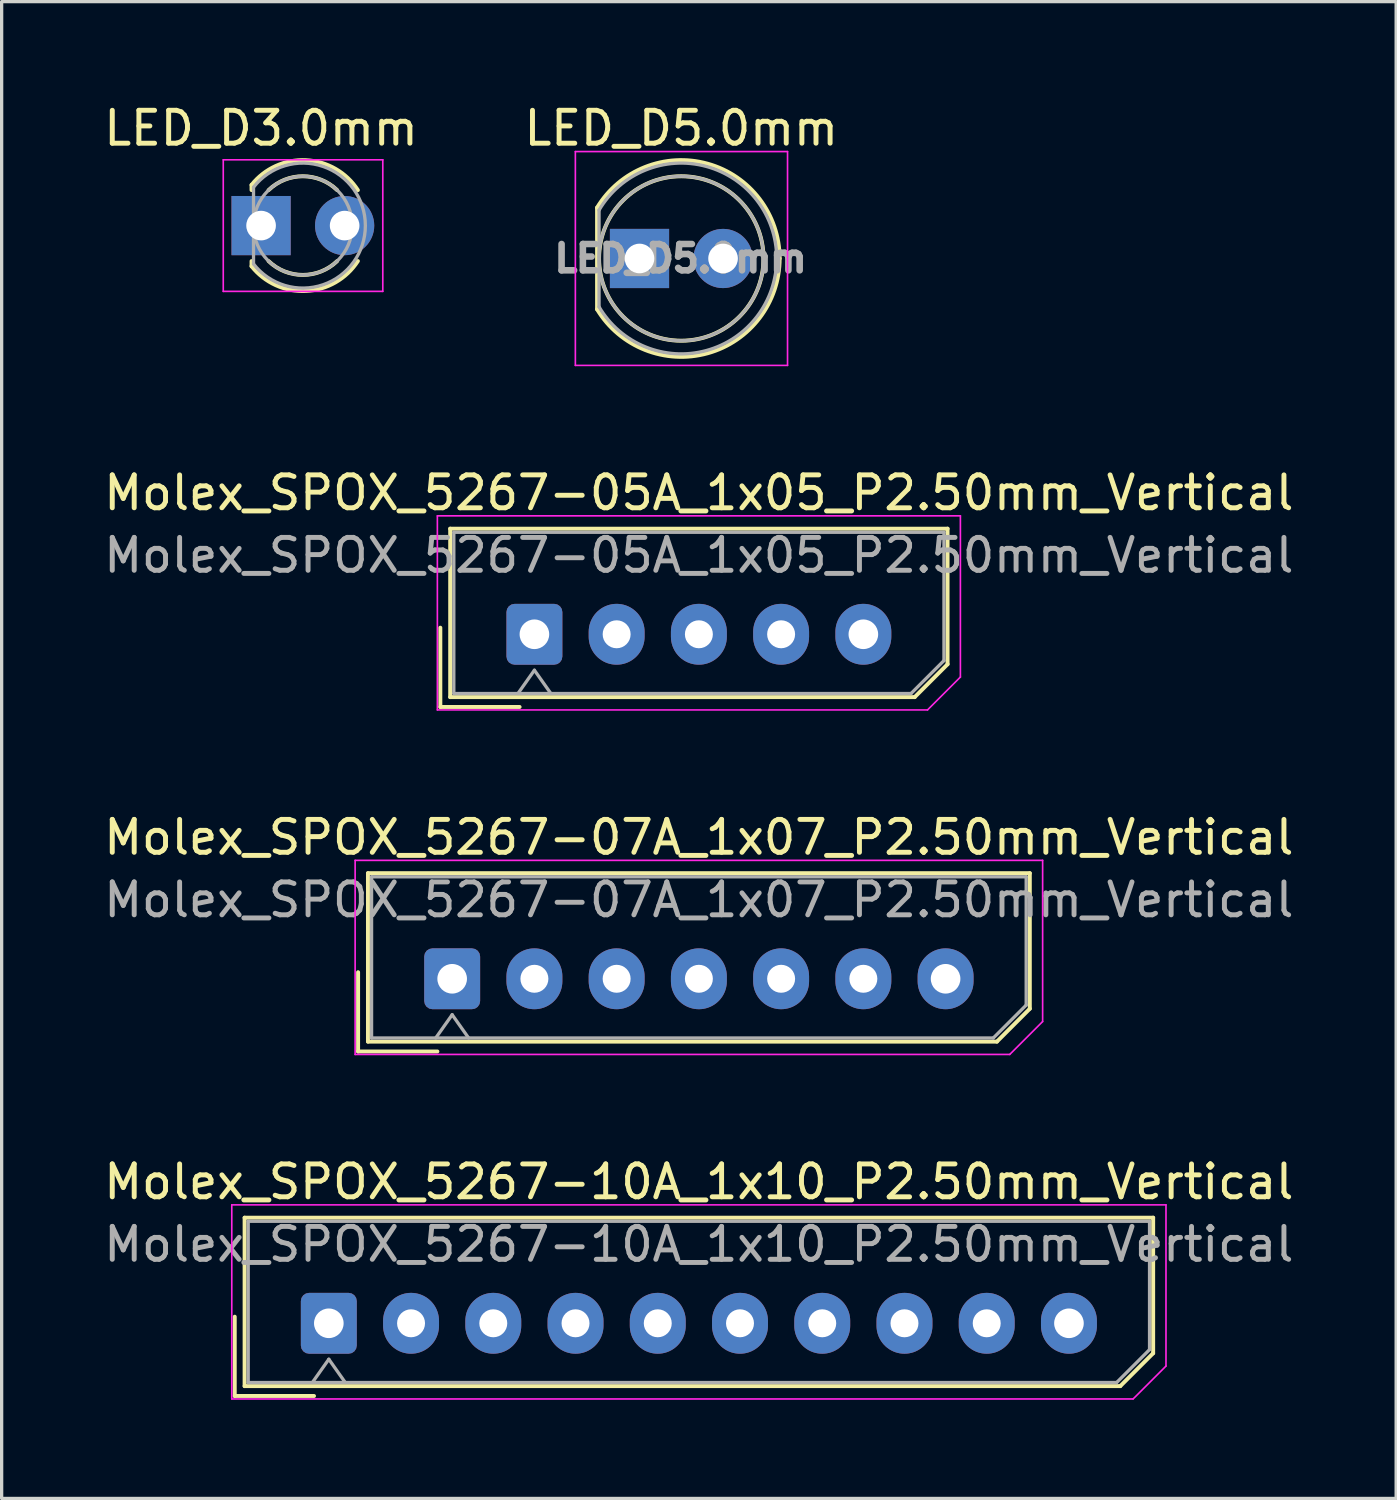
<source format=kicad_pcb>
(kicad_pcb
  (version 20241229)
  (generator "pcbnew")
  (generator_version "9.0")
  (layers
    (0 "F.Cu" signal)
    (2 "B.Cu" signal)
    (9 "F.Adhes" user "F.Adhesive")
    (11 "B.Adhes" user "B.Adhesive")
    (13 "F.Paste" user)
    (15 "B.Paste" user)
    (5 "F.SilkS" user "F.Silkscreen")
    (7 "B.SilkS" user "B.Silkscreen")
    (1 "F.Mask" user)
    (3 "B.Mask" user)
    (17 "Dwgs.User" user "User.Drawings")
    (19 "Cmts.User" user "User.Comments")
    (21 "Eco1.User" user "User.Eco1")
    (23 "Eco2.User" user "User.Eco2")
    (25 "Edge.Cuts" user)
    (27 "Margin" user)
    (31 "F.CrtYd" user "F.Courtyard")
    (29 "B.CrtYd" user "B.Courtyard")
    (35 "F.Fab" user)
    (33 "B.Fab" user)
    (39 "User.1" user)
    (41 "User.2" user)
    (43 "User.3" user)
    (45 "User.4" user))
  (footprint "Molex_SPOX_5267-05A_1x05_P2.50mm_Vertical"
    (layer "F.Cu")
    (at 13.196 16.232)
    (property "Reference" "Molex_SPOX_5267-05A_1x05_P2.50mm_Vertical" (at 5 -4.3 0) (layer "F.SilkS") (effects (font (size 1 1) (thickness 0.15))))
    (attr through_hole)
    (fp_line (start -2.86 -0.2) (end -2.86 2.21) (stroke (width 0.12) (type solid)) (layer "F.SilkS"))
    (fp_line (start -2.86 2.21) (end -0.45 2.21) (stroke (width 0.12) (type solid)) (layer "F.SilkS"))
    (fp_line (start -2.56 -3.21) (end -2.56 1.91) (stroke (width 0.12) (type solid)) (layer "F.SilkS"))
    (fp_line (start -2.56 1.91) (end 11.56 1.91) (stroke (width 0.12) (type solid)) (layer "F.SilkS"))
    (fp_line (start 11.56 1.91) (end 12.56 0.91) (stroke (width 0.12) (type solid)) (layer "F.SilkS"))
    (fp_line (start 12.56 -3.21) (end -2.56 -3.21) (stroke (width 0.12) (type solid)) (layer "F.SilkS"))
    (fp_line (start 12.56 0.91) (end 12.56 -3.21) (stroke (width 0.12) (type solid)) (layer "F.SilkS"))
    (fp_line (start -2.95 -3.6) (end -2.95 2.3) (stroke (width 0.05) (type solid)) (layer "F.CrtYd"))
    (fp_line (start -2.95 2.3) (end 11.95 2.3) (stroke (width 0.05) (type solid)) (layer "F.CrtYd"))
    (fp_line (start 11.95 2.3) (end 12.95 1.3) (stroke (width 0.05) (type solid)) (layer "F.CrtYd"))
    (fp_line (start 12.95 -3.6) (end -2.95 -3.6) (stroke (width 0.05) (type solid)) (layer "F.CrtYd"))
    (fp_line (start 12.95 1.3) (end 12.95 -3.6) (stroke (width 0.05) (type solid)) (layer "F.CrtYd"))
    (fp_line (start -2.45 -3.1) (end -2.45 1.8) (stroke (width 0.1) (type solid)) (layer "F.Fab"))
    (fp_line (start -2.45 1.8) (end 11.45 1.8) (stroke (width 0.1) (type solid)) (layer "F.Fab"))
    (fp_line (start -0.5 1.8) (end 0 1.093) (stroke (width 0.1) (type solid)) (layer "F.Fab"))
    (fp_line (start 0 1.093) (end 0.5 1.8) (stroke (width 0.1) (type solid)) (layer "F.Fab"))
    (fp_line (start 11.45 1.8) (end 12.45 0.8) (stroke (width 0.1) (type solid)) (layer "F.Fab"))
    (fp_line (start 12.45 -3.1) (end -2.45 -3.1) (stroke (width 0.1) (type solid)) (layer "F.Fab"))
    (fp_line (start 12.45 0.8) (end 12.45 -3.1) (stroke (width 0.1) (type solid)) (layer "F.Fab"))
    (fp_text user "${REFERENCE}" (at 5 -2.4 0) (layer "F.Fab") (effects (font (size 1 1) (thickness 0.15))))
    (pad "1" thru_hole roundrect (at 0 0) (size 1.7 1.85) (drill 0.9) (layers "*.Cu" "*.Mask") (roundrect_rratio 0.147))
    (pad "2" thru_hole oval (at 2.5 0) (size 1.7 1.85) (drill 0.85) (layers "*.Cu" "*.Mask"))
    (pad "3" thru_hole oval (at 5 0) (size 1.7 1.85) (drill 0.85) (layers "*.Cu" "*.Mask"))
    (pad "4" thru_hole oval (at 7.5 0) (size 1.7 1.85) (drill 0.85) (layers "*.Cu" "*.Mask"))
    (pad "5" thru_hole oval (at 10 0) (size 1.7 1.85) (drill 0.9) (layers "*.Cu" "*.Mask")))
  (footprint "Molex_SPOX_5267-10A_1x10_P2.50mm_Vertical"
    (layer "F.Cu")
    (at 6.946 37.178)
    (property "Reference" "Molex_SPOX_5267-10A_1x10_P2.50mm_Vertical" (at 11.25 -4.3 0) (layer "F.SilkS") (effects (font (size 1 1) (thickness 0.15))))
    (attr through_hole)
    (fp_line (start -2.86 -0.2) (end -2.86 2.21) (stroke (width 0.12) (type solid)) (layer "F.SilkS"))
    (fp_line (start -2.86 2.21) (end -0.45 2.21) (stroke (width 0.12) (type solid)) (layer "F.SilkS"))
    (fp_line (start -2.56 -3.21) (end -2.56 1.91) (stroke (width 0.12) (type solid)) (layer "F.SilkS"))
    (fp_line (start -2.56 1.91) (end 24.06 1.91) (stroke (width 0.12) (type solid)) (layer "F.SilkS"))
    (fp_line (start 24.06 1.91) (end 25.06 0.91) (stroke (width 0.12) (type solid)) (layer "F.SilkS"))
    (fp_line (start 25.06 -3.21) (end -2.56 -3.21) (stroke (width 0.12) (type solid)) (layer "F.SilkS"))
    (fp_line (start 25.06 0.91) (end 25.06 -3.21) (stroke (width 0.12) (type solid)) (layer "F.SilkS"))
    (fp_line (start -2.95 -3.6) (end -2.95 2.3) (stroke (width 0.05) (type solid)) (layer "F.CrtYd"))
    (fp_line (start -2.95 2.3) (end 24.45 2.3) (stroke (width 0.05) (type solid)) (layer "F.CrtYd"))
    (fp_line (start 24.45 2.3) (end 25.45 1.3) (stroke (width 0.05) (type solid)) (layer "F.CrtYd"))
    (fp_line (start 25.45 -3.6) (end -2.95 -3.6) (stroke (width 0.05) (type solid)) (layer "F.CrtYd"))
    (fp_line (start 25.45 1.3) (end 25.45 -3.6) (stroke (width 0.05) (type solid)) (layer "F.CrtYd"))
    (fp_line (start -2.45 -3.1) (end -2.45 1.8) (stroke (width 0.1) (type solid)) (layer "F.Fab"))
    (fp_line (start -2.45 1.8) (end 23.95 1.8) (stroke (width 0.1) (type solid)) (layer "F.Fab"))
    (fp_line (start -0.5 1.8) (end 0 1.093) (stroke (width 0.1) (type solid)) (layer "F.Fab"))
    (fp_line (start 0 1.093) (end 0.5 1.8) (stroke (width 0.1) (type solid)) (layer "F.Fab"))
    (fp_line (start 23.95 1.8) (end 24.95 0.8) (stroke (width 0.1) (type solid)) (layer "F.Fab"))
    (fp_line (start 24.95 -3.1) (end -2.45 -3.1) (stroke (width 0.1) (type solid)) (layer "F.Fab"))
    (fp_line (start 24.95 0.8) (end 24.95 -3.1) (stroke (width 0.1) (type solid)) (layer "F.Fab"))
    (fp_text user "${REFERENCE}" (at 11.25 -2.4 0) (layer "F.Fab") (effects (font (size 1 1) (thickness 0.15))))
    (pad "1" thru_hole roundrect (at 0 0) (size 1.7 1.85) (drill 0.9) (layers "*.Cu" "*.Mask") (roundrect_rratio 0.147))
    (pad "2" thru_hole oval (at 2.5 0) (size 1.7 1.85) (drill 0.85) (layers "*.Cu" "*.Mask"))
    (pad "3" thru_hole oval (at 5 0) (size 1.7 1.85) (drill 0.85) (layers "*.Cu" "*.Mask"))
    (pad "4" thru_hole oval (at 7.5 0) (size 1.7 1.85) (drill 0.85) (layers "*.Cu" "*.Mask"))
    (pad "5" thru_hole oval (at 10 0) (size 1.7 1.85) (drill 0.85) (layers "*.Cu" "*.Mask"))
    (pad "6" thru_hole oval (at 12.5 0) (size 1.7 1.85) (drill 0.85) (layers "*.Cu" "*.Mask"))
    (pad "7" thru_hole oval (at 15 0) (size 1.7 1.85) (drill 0.85) (layers "*.Cu" "*.Mask"))
    (pad "8" thru_hole oval (at 17.5 0) (size 1.7 1.85) (drill 0.85) (layers "*.Cu" "*.Mask"))
    (pad "9" thru_hole oval (at 20 0) (size 1.7 1.85) (drill 0.85) (layers "*.Cu" "*.Mask"))
    (pad "10" thru_hole oval (at 22.5 0) (size 1.7 1.85) (drill 0.9) (layers "*.Cu" "*.Mask")))
  (footprint "Molex_SPOX_5267-07A_1x07_P2.50mm_Vertical"
    (layer "F.Cu")
    (at 10.696 26.705)
    (property "Reference" "Molex_SPOX_5267-07A_1x07_P2.50mm_Vertical" (at 7.5 -4.3 0) (layer "F.SilkS") (effects (font (size 1 1) (thickness 0.15))))
    (attr through_hole)
    (fp_line (start -2.86 -0.2) (end -2.86 2.21) (stroke (width 0.12) (type solid)) (layer "F.SilkS"))
    (fp_line (start -2.86 2.21) (end -0.45 2.21) (stroke (width 0.12) (type solid)) (layer "F.SilkS"))
    (fp_line (start -2.56 -3.21) (end -2.56 1.91) (stroke (width 0.12) (type solid)) (layer "F.SilkS"))
    (fp_line (start -2.56 1.91) (end 16.56 1.91) (stroke (width 0.12) (type solid)) (layer "F.SilkS"))
    (fp_line (start 16.56 1.91) (end 17.56 0.91) (stroke (width 0.12) (type solid)) (layer "F.SilkS"))
    (fp_line (start 17.56 -3.21) (end -2.56 -3.21) (stroke (width 0.12) (type solid)) (layer "F.SilkS"))
    (fp_line (start 17.56 0.91) (end 17.56 -3.21) (stroke (width 0.12) (type solid)) (layer "F.SilkS"))
    (fp_line (start -2.95 -3.6) (end -2.95 2.3) (stroke (width 0.05) (type solid)) (layer "F.CrtYd"))
    (fp_line (start -2.95 2.3) (end 16.95 2.3) (stroke (width 0.05) (type solid)) (layer "F.CrtYd"))
    (fp_line (start 16.95 2.3) (end 17.95 1.3) (stroke (width 0.05) (type solid)) (layer "F.CrtYd"))
    (fp_line (start 17.95 -3.6) (end -2.95 -3.6) (stroke (width 0.05) (type solid)) (layer "F.CrtYd"))
    (fp_line (start 17.95 1.3) (end 17.95 -3.6) (stroke (width 0.05) (type solid)) (layer "F.CrtYd"))
    (fp_line (start -2.45 -3.1) (end -2.45 1.8) (stroke (width 0.1) (type solid)) (layer "F.Fab"))
    (fp_line (start -2.45 1.8) (end 16.45 1.8) (stroke (width 0.1) (type solid)) (layer "F.Fab"))
    (fp_line (start -0.5 1.8) (end 0 1.093) (stroke (width 0.1) (type solid)) (layer "F.Fab"))
    (fp_line (start 0 1.093) (end 0.5 1.8) (stroke (width 0.1) (type solid)) (layer "F.Fab"))
    (fp_line (start 16.45 1.8) (end 17.45 0.8) (stroke (width 0.1) (type solid)) (layer "F.Fab"))
    (fp_line (start 17.45 -3.1) (end -2.45 -3.1) (stroke (width 0.1) (type solid)) (layer "F.Fab"))
    (fp_line (start 17.45 0.8) (end 17.45 -3.1) (stroke (width 0.1) (type solid)) (layer "F.Fab"))
    (fp_text user "${REFERENCE}" (at 7.5 -2.4 0) (layer "F.Fab") (effects (font (size 1 1) (thickness 0.15))))
    (pad "1" thru_hole roundrect (at 0 0) (size 1.7 1.85) (drill 0.9) (layers "*.Cu" "*.Mask") (roundrect_rratio 0.147))
    (pad "2" thru_hole oval (at 2.5 0) (size 1.7 1.85) (drill 0.85) (layers "*.Cu" "*.Mask"))
    (pad "3" thru_hole oval (at 5 0) (size 1.7 1.85) (drill 0.85) (layers "*.Cu" "*.Mask"))
    (pad "4" thru_hole oval (at 7.5 0) (size 1.7 1.85) (drill 0.85) (layers "*.Cu" "*.Mask"))
    (pad "5" thru_hole oval (at 10 0) (size 1.7 1.85) (drill 0.85) (layers "*.Cu" "*.Mask"))
    (pad "6" thru_hole oval (at 12.5 0) (size 1.7 1.85) (drill 0.85) (layers "*.Cu" "*.Mask"))
    (pad "7" thru_hole oval (at 15 0) (size 1.7 1.85) (drill 0.9) (layers "*.Cu" "*.Mask")))
  (footprint "LED_D3.0mm"
    (layer "F.Cu")
    (at 6.157 3.808)
    (property "Reference" "LED_D3.0mm" (at -1.27 -2.96 0) (layer "F.SilkS") (effects (font (size 1 1) (thickness 0.15))))
    (attr through_hole)
    (fp_line (start -1.56 -1.236) (end -1.56 -1.08) (stroke (width 0.12) (type solid)) (layer "F.SilkS"))
    (fp_line (start -1.56 1.08) (end -1.56 1.236) (stroke (width 0.12) (type solid)) (layer "F.SilkS"))
    (fp_arc (start -1.56 -1.235516) (mid 0.096487 -1.987659) (end 1.672335 -1.078608) (stroke (width 0.12) (type solid)) (layer "F.SilkS"))
    (fp_arc (start -1.040961 -1.08) (mid 0.000117 -1.5) (end 1.04113 -1.079837) (stroke (width 0.12) (type solid)) (layer "F.SilkS"))
    (fp_arc (start 1.04113 1.079837) (mid 0.000117 1.5) (end -1.040961 1.08) (stroke (width 0.12) (type solid)) (layer "F.SilkS"))
    (fp_arc (start 1.672335 1.078608) (mid 0.096487 1.987659) (end -1.56 1.235516) (stroke (width 0.12) (type solid)) (layer "F.SilkS"))
    (fp_line (start -2.42 -2) (end -2.42 2) (stroke (width 0.05) (type solid)) (layer "F.CrtYd"))
    (fp_line (start -2.42 2) (end 2.43 2) (stroke (width 0.05) (type solid)) (layer "F.CrtYd"))
    (fp_line (start 2.43 -2) (end -2.42 -2) (stroke (width 0.05) (type solid)) (layer "F.CrtYd"))
    (fp_line (start 2.43 2) (end 2.43 -2) (stroke (width 0.05) (type solid)) (layer "F.CrtYd"))
    (fp_line (start -1.5 -1.166) (end -1.5 1.166) (stroke (width 0.1) (type solid)) (layer "F.Fab"))
    (fp_arc (start -1.5 -1.16619) (mid 1.9 0.000452) (end -1.500555 1.165476) (stroke (width 0.1) (type solid)) (layer "F.Fab"))
    (fp_circle (center 0 0) (end 1.5 0) (stroke (width 0.1) (type solid)) (fill no) (layer "F.Fab"))
    (pad "1" thru_hole rect (at -1.27 0) (size 1.8 1.8) (drill 0.9) (layers "*.Cu" "*.Mask"))
    (pad "2" thru_hole circle (at 1.27 0) (size 1.8 1.8) (drill 0.9) (layers "*.Cu" "*.Mask")))
  (footprint "LED_D5.0mm"
    (layer "F.Cu")
    (at 16.391 4.808)
    (property "Reference" "LED_D5.0mm" (at 1.27 -3.96 0) (layer "F.SilkS") (effects (font (size 1 1) (thickness 0.15))))
    (attr through_hole)
    (fp_line (start -1.29 -1.545) (end -1.29 1.545) (stroke (width 0.12) (type solid)) (layer "F.SilkS"))
    (fp_arc (start -1.29 -1.54483) (mid 2.072002 -2.880433) (end 4.26 0.000462) (stroke (width 0.12) (type solid)) (layer "F.SilkS"))
    (fp_arc (start 4.26 -0.000462) (mid 2.072002 2.880433) (end -1.29 1.54483) (stroke (width 0.12) (type solid)) (layer "F.SilkS"))
    (fp_circle (center 1.27 0) (end 3.77 0) (stroke (width 0.12) (type solid)) (fill no) (layer "F.SilkS"))
    (fp_line (start -1.95 -3.25) (end -1.95 3.25) (stroke (width 0.05) (type solid)) (layer "F.CrtYd"))
    (fp_line (start -1.95 3.25) (end 4.5 3.25) (stroke (width 0.05) (type solid)) (layer "F.CrtYd"))
    (fp_line (start 4.5 -3.25) (end -1.95 -3.25) (stroke (width 0.05) (type solid)) (layer "F.CrtYd"))
    (fp_line (start 4.5 3.25) (end 4.5 -3.25) (stroke (width 0.05) (type solid)) (layer "F.CrtYd"))
    (fp_line (start -1.23 -1.47) (end -1.23 1.47) (stroke (width 0.1) (type solid)) (layer "F.Fab"))
    (fp_arc (start -1.23 -1.469694) (mid 4.17 0.000016) (end -1.230016 1.469666) (stroke (width 0.1) (type solid)) (layer "F.Fab"))
    (fp_circle (center 1.27 0) (end 3.77 0) (stroke (width 0.1) (type solid)) (fill no) (layer "F.Fab"))
    (fp_text user "${REFERENCE}" (at 1.25 0 0) (layer "F.Fab") (effects (font (size 0.8 0.8) (thickness 0.2))))
    (pad "1" thru_hole rect (at 0 0) (size 1.8 1.8) (drill 0.9) (layers "*.Cu" "*.Mask"))
    (pad "2" thru_hole circle (at 2.54 0) (size 1.8 1.8) (drill 0.9) (layers "*.Cu" "*.Mask")))
  (gr_rect
    (start -3 -3)
    (end 39.393 42.503)
    (stroke (width 0.1) (type default))
    (fill no)
    (layer "Edge.Cuts")))
</source>
